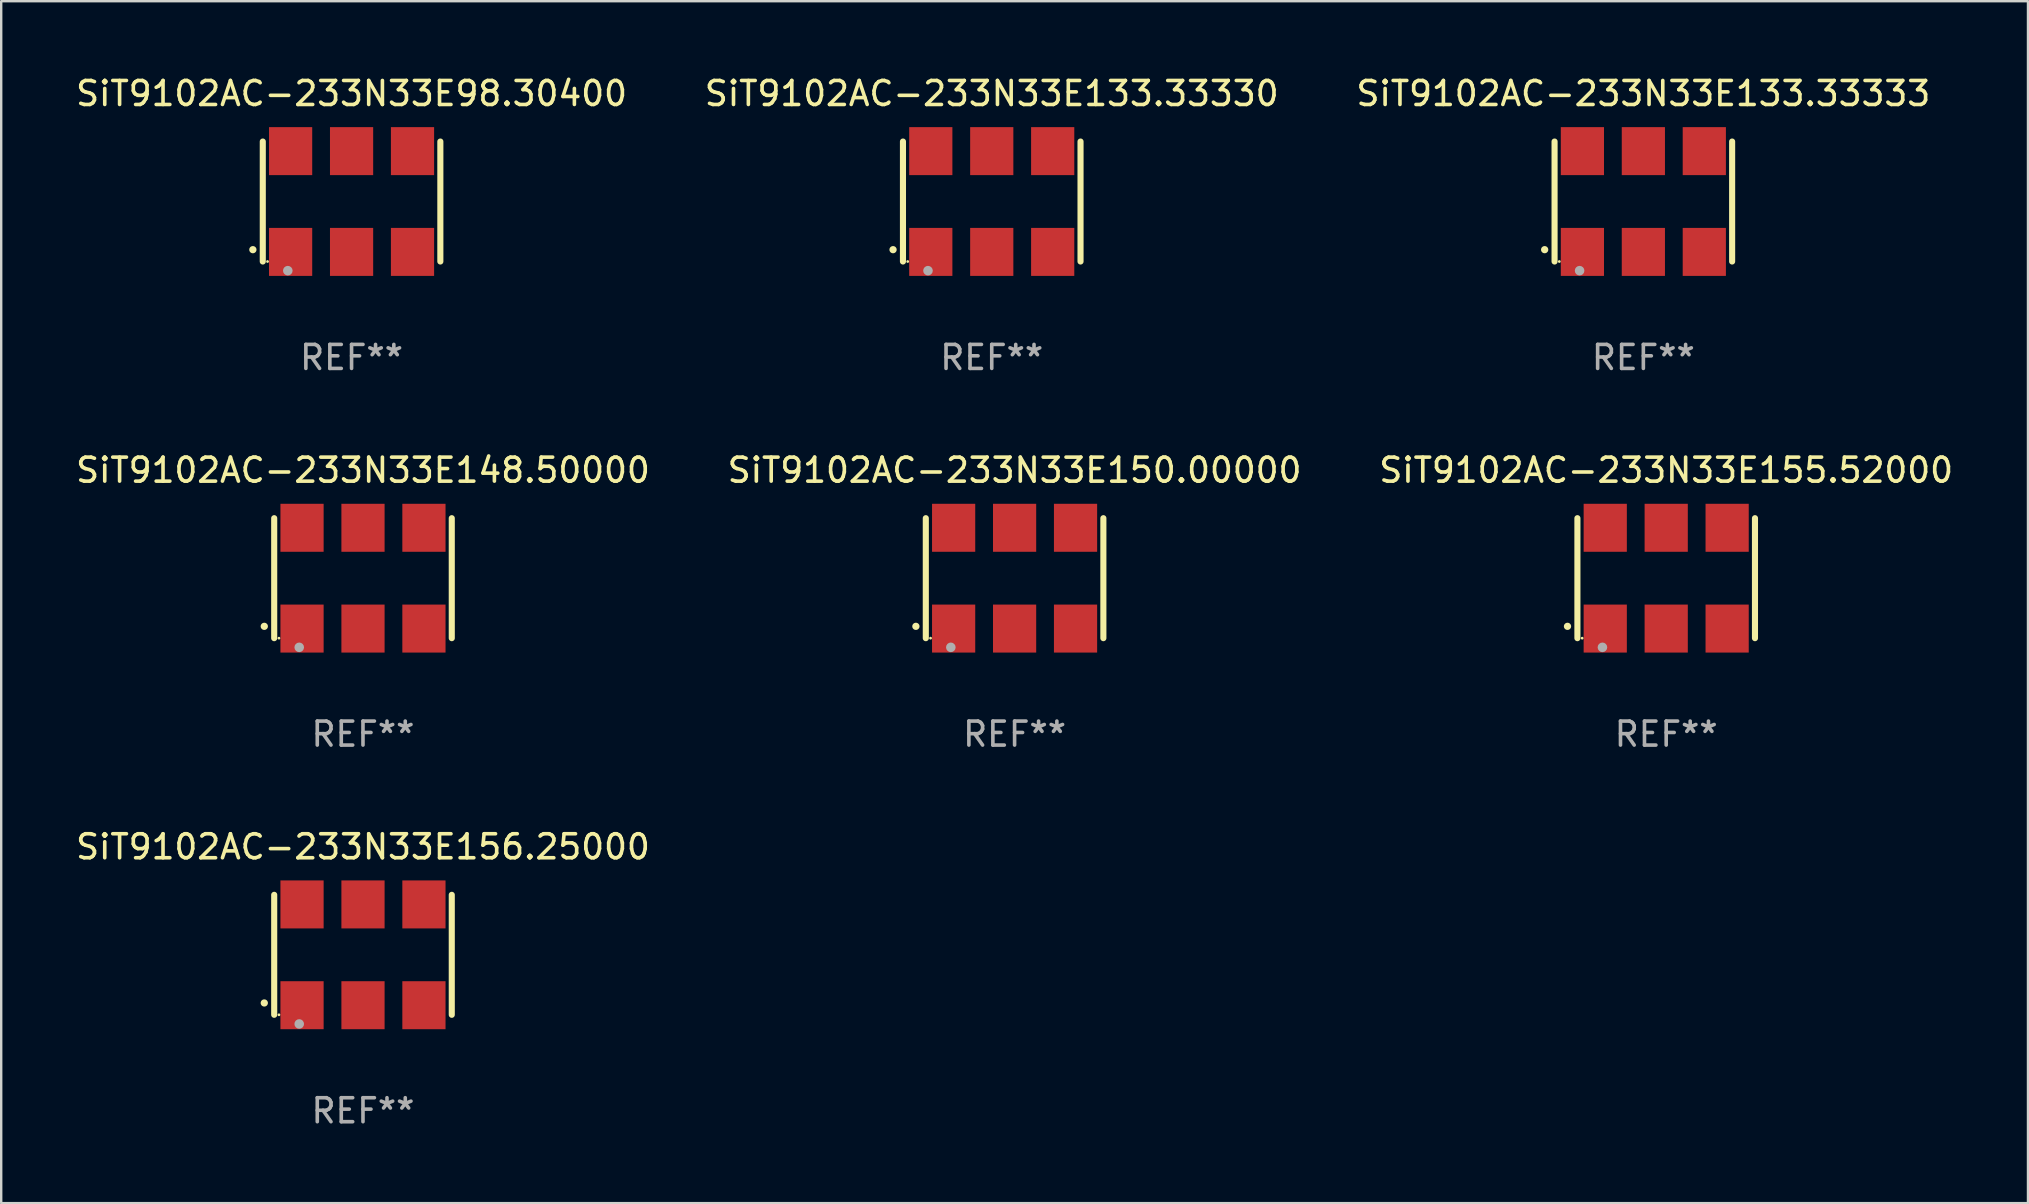
<source format=kicad_pcb>
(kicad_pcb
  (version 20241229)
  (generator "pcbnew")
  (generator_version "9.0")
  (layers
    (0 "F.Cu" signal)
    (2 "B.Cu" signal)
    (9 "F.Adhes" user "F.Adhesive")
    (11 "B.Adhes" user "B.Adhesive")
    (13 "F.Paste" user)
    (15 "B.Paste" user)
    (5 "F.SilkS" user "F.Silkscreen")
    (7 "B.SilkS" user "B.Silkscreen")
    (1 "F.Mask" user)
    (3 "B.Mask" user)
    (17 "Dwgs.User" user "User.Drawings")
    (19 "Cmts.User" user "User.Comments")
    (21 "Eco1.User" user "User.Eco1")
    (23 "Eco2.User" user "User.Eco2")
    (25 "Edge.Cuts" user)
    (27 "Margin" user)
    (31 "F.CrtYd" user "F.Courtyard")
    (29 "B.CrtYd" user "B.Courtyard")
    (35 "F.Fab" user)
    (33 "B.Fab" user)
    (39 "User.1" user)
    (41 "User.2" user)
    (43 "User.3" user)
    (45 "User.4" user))
  (footprint "SiT9102AC-233N33E98.30400"
    (layer "F.Cu")
    (at 11.601 5.348)
    (property "Reference" "SiT9102AC-233N33E98.30400" (at 0 -4.5 0) (layer "F.SilkS") (effects (font (size 1 1) (thickness 0.15))))
    (attr through_hole)
    (fp_line (start -3.7 -2.5) (end -3.7 2.5) (stroke (width 0.254) (type solid)) (layer "F.SilkS"))
    (fp_line (start 3.7 -2.5) (end 3.7 2.5) (stroke (width 0.254) (type solid)) (layer "F.SilkS"))
    (fp_arc (start -4.114415 2.006604) (mid -4.113145 2.006599) (end -4.111875 2.006604) (stroke (width 0.3) (type solid)) (layer "F.SilkS"))
    (fp_circle (center -3.502 2.5) (end -3.472 2.5) (stroke (width 0.06) (type solid)) (fill no) (layer "F.SilkS"))
    (fp_circle (center -2.657 2.882) (end -2.557 2.882) (stroke (width 0.2) (type solid)) (fill no) (layer "F.Fab"))
    (fp_text user "REF**" (at 0 6.5 0) (layer "F.Fab") (effects (font (size 1 1) (thickness 0.15))))
    (pad "1" smd rect (at -2.54 2.1) (size 1.8 2) (layers "F.Cu" "F.Mask" "F.Paste"))
    (pad "2" smd rect (at 0.000394 2.1) (size 1.8 2) (layers "F.Cu" "F.Mask" "F.Paste"))
    (pad "3" smd rect (at 2.54 2.1) (size 1.8 2) (layers "F.Cu" "F.Mask" "F.Paste"))
    (pad "4" smd rect (at 2.54 -2.1) (size 1.8 2) (layers "F.Cu" "F.Mask" "F.Paste"))
    (pad "5" smd rect (at 0.000394 -2.1) (size 1.8 2) (layers "F.Cu" "F.Mask" "F.Paste"))
    (pad "6" smd rect (at -2.54 -2.1) (size 1.8 2) (layers "F.Cu" "F.Mask" "F.Paste")))
  (footprint "SiT9102AC-233N33E133.33333"
    (layer "F.Cu")
    (at 65.435 5.348)
    (property "Reference" "SiT9102AC-233N33E133.33333" (at 0 -4.5 0) (layer "F.SilkS") (effects (font (size 1 1) (thickness 0.15))))
    (attr through_hole)
    (fp_line (start -3.7 -2.5) (end -3.7 2.5) (stroke (width 0.254) (type solid)) (layer "F.SilkS"))
    (fp_line (start 3.7 -2.5) (end 3.7 2.5) (stroke (width 0.254) (type solid)) (layer "F.SilkS"))
    (fp_arc (start -4.114415 2.006604) (mid -4.113145 2.006599) (end -4.111875 2.006604) (stroke (width 0.3) (type solid)) (layer "F.SilkS"))
    (fp_circle (center -3.502 2.5) (end -3.472 2.5) (stroke (width 0.06) (type solid)) (fill no) (layer "F.SilkS"))
    (fp_circle (center -2.657 2.882) (end -2.557 2.882) (stroke (width 0.2) (type solid)) (fill no) (layer "F.Fab"))
    (fp_text user "REF**" (at 0 6.5 0) (layer "F.Fab") (effects (font (size 1 1) (thickness 0.15))))
    (pad "1" smd rect (at -2.54 2.1) (size 1.8 2) (layers "F.Cu" "F.Mask" "F.Paste"))
    (pad "2" smd rect (at 0.000394 2.1) (size 1.8 2) (layers "F.Cu" "F.Mask" "F.Paste"))
    (pad "3" smd rect (at 2.54 2.1) (size 1.8 2) (layers "F.Cu" "F.Mask" "F.Paste"))
    (pad "4" smd rect (at 2.54 -2.1) (size 1.8 2) (layers "F.Cu" "F.Mask" "F.Paste"))
    (pad "5" smd rect (at 0.000394 -2.1) (size 1.8 2) (layers "F.Cu" "F.Mask" "F.Paste"))
    (pad "6" smd rect (at -2.54 -2.1) (size 1.8 2) (layers "F.Cu" "F.Mask" "F.Paste")))
  (footprint "SiT9102AC-233N33E150.00000"
    (layer "F.Cu")
    (at 39.232 21.045)
    (property "Reference" "SiT9102AC-233N33E150.00000" (at 0 -4.5 0) (layer "F.SilkS") (effects (font (size 1 1) (thickness 0.15))))
    (attr through_hole)
    (fp_line (start -3.7 -2.5) (end -3.7 2.5) (stroke (width 0.254) (type solid)) (layer "F.SilkS"))
    (fp_line (start 3.7 -2.5) (end 3.7 2.5) (stroke (width 0.254) (type solid)) (layer "F.SilkS"))
    (fp_arc (start -4.114415 2.006604) (mid -4.113145 2.006599) (end -4.111875 2.006604) (stroke (width 0.3) (type solid)) (layer "F.SilkS"))
    (fp_circle (center -3.502 2.5) (end -3.472 2.5) (stroke (width 0.06) (type solid)) (fill no) (layer "F.SilkS"))
    (fp_circle (center -2.657 2.882) (end -2.557 2.882) (stroke (width 0.2) (type solid)) (fill no) (layer "F.Fab"))
    (fp_text user "REF**" (at 0 6.5 0) (layer "F.Fab") (effects (font (size 1 1) (thickness 0.15))))
    (pad "1" smd rect (at -2.54 2.1) (size 1.8 2) (layers "F.Cu" "F.Mask" "F.Paste"))
    (pad "2" smd rect (at 0.000394 2.1) (size 1.8 2) (layers "F.Cu" "F.Mask" "F.Paste"))
    (pad "3" smd rect (at 2.54 2.1) (size 1.8 2) (layers "F.Cu" "F.Mask" "F.Paste"))
    (pad "4" smd rect (at 2.54 -2.1) (size 1.8 2) (layers "F.Cu" "F.Mask" "F.Paste"))
    (pad "5" smd rect (at 0.000394 -2.1) (size 1.8 2) (layers "F.Cu" "F.Mask" "F.Paste"))
    (pad "6" smd rect (at -2.54 -2.1) (size 1.8 2) (layers "F.Cu" "F.Mask" "F.Paste")))
  (footprint "SiT9102AC-233N33E148.50000"
    (layer "F.Cu")
    (at 12.077 21.045)
    (property "Reference" "SiT9102AC-233N33E148.50000" (at 0 -4.5 0) (layer "F.SilkS") (effects (font (size 1 1) (thickness 0.15))))
    (attr through_hole)
    (fp_line (start -3.7 -2.5) (end -3.7 2.5) (stroke (width 0.254) (type solid)) (layer "F.SilkS"))
    (fp_line (start 3.7 -2.5) (end 3.7 2.5) (stroke (width 0.254) (type solid)) (layer "F.SilkS"))
    (fp_arc (start -4.114415 2.006604) (mid -4.113145 2.006599) (end -4.111875 2.006604) (stroke (width 0.3) (type solid)) (layer "F.SilkS"))
    (fp_circle (center -3.502 2.5) (end -3.472 2.5) (stroke (width 0.06) (type solid)) (fill no) (layer "F.SilkS"))
    (fp_circle (center -2.657 2.882) (end -2.557 2.882) (stroke (width 0.2) (type solid)) (fill no) (layer "F.Fab"))
    (fp_text user "REF**" (at 0 6.5 0) (layer "F.Fab") (effects (font (size 1 1) (thickness 0.15))))
    (pad "1" smd rect (at -2.54 2.1) (size 1.8 2) (layers "F.Cu" "F.Mask" "F.Paste"))
    (pad "2" smd rect (at 0.000394 2.1) (size 1.8 2) (layers "F.Cu" "F.Mask" "F.Paste"))
    (pad "3" smd rect (at 2.54 2.1) (size 1.8 2) (layers "F.Cu" "F.Mask" "F.Paste"))
    (pad "4" smd rect (at 2.54 -2.1) (size 1.8 2) (layers "F.Cu" "F.Mask" "F.Paste"))
    (pad "5" smd rect (at 0.000394 -2.1) (size 1.8 2) (layers "F.Cu" "F.Mask" "F.Paste"))
    (pad "6" smd rect (at -2.54 -2.1) (size 1.8 2) (layers "F.Cu" "F.Mask" "F.Paste")))
  (footprint "SiT9102AC-233N33E133.33330"
    (layer "F.Cu")
    (at 38.28 5.348)
    (property "Reference" "SiT9102AC-233N33E133.33330" (at 0 -4.5 0) (layer "F.SilkS") (effects (font (size 1 1) (thickness 0.15))))
    (attr through_hole)
    (fp_line (start -3.7 -2.5) (end -3.7 2.5) (stroke (width 0.254) (type solid)) (layer "F.SilkS"))
    (fp_line (start 3.7 -2.5) (end 3.7 2.5) (stroke (width 0.254) (type solid)) (layer "F.SilkS"))
    (fp_arc (start -4.114415 2.006604) (mid -4.113145 2.006599) (end -4.111875 2.006604) (stroke (width 0.3) (type solid)) (layer "F.SilkS"))
    (fp_circle (center -3.502 2.5) (end -3.472 2.5) (stroke (width 0.06) (type solid)) (fill no) (layer "F.SilkS"))
    (fp_circle (center -2.657 2.882) (end -2.557 2.882) (stroke (width 0.2) (type solid)) (fill no) (layer "F.Fab"))
    (fp_text user "REF**" (at 0 6.5 0) (layer "F.Fab") (effects (font (size 1 1) (thickness 0.15))))
    (pad "1" smd rect (at -2.54 2.1) (size 1.8 2) (layers "F.Cu" "F.Mask" "F.Paste"))
    (pad "2" smd rect (at 0.000394 2.1) (size 1.8 2) (layers "F.Cu" "F.Mask" "F.Paste"))
    (pad "3" smd rect (at 2.54 2.1) (size 1.8 2) (layers "F.Cu" "F.Mask" "F.Paste"))
    (pad "4" smd rect (at 2.54 -2.1) (size 1.8 2) (layers "F.Cu" "F.Mask" "F.Paste"))
    (pad "5" smd rect (at 0.000394 -2.1) (size 1.8 2) (layers "F.Cu" "F.Mask" "F.Paste"))
    (pad "6" smd rect (at -2.54 -2.1) (size 1.8 2) (layers "F.Cu" "F.Mask" "F.Paste")))
  (footprint "SiT9102AC-233N33E156.25000"
    (layer "F.Cu")
    (at 12.077 36.741)
    (property "Reference" "SiT9102AC-233N33E156.25000" (at 0 -4.5 0) (layer "F.SilkS") (effects (font (size 1 1) (thickness 0.15))))
    (attr through_hole)
    (fp_line (start -3.7 -2.5) (end -3.7 2.5) (stroke (width 0.254) (type solid)) (layer "F.SilkS"))
    (fp_line (start 3.7 -2.5) (end 3.7 2.5) (stroke (width 0.254) (type solid)) (layer "F.SilkS"))
    (fp_arc (start -4.114415 2.006604) (mid -4.113145 2.006599) (end -4.111875 2.006604) (stroke (width 0.3) (type solid)) (layer "F.SilkS"))
    (fp_circle (center -3.502 2.5) (end -3.472 2.5) (stroke (width 0.06) (type solid)) (fill no) (layer "F.SilkS"))
    (fp_circle (center -2.657 2.882) (end -2.557 2.882) (stroke (width 0.2) (type solid)) (fill no) (layer "F.Fab"))
    (fp_text user "REF**" (at 0 6.5 0) (layer "F.Fab") (effects (font (size 1 1) (thickness 0.15))))
    (pad "1" smd rect (at -2.54 2.1) (size 1.8 2) (layers "F.Cu" "F.Mask" "F.Paste"))
    (pad "2" smd rect (at 0.000394 2.1) (size 1.8 2) (layers "F.Cu" "F.Mask" "F.Paste"))
    (pad "3" smd rect (at 2.54 2.1) (size 1.8 2) (layers "F.Cu" "F.Mask" "F.Paste"))
    (pad "4" smd rect (at 2.54 -2.1) (size 1.8 2) (layers "F.Cu" "F.Mask" "F.Paste"))
    (pad "5" smd rect (at 0.000394 -2.1) (size 1.8 2) (layers "F.Cu" "F.Mask" "F.Paste"))
    (pad "6" smd rect (at -2.54 -2.1) (size 1.8 2) (layers "F.Cu" "F.Mask" "F.Paste")))
  (footprint "SiT9102AC-233N33E155.52000"
    (layer "F.Cu")
    (at 66.387 21.045)
    (property "Reference" "SiT9102AC-233N33E155.52000" (at 0 -4.5 0) (layer "F.SilkS") (effects (font (size 1 1) (thickness 0.15))))
    (attr through_hole)
    (fp_line (start -3.7 -2.5) (end -3.7 2.5) (stroke (width 0.254) (type solid)) (layer "F.SilkS"))
    (fp_line (start 3.7 -2.5) (end 3.7 2.5) (stroke (width 0.254) (type solid)) (layer "F.SilkS"))
    (fp_arc (start -4.114415 2.006604) (mid -4.113145 2.006599) (end -4.111875 2.006604) (stroke (width 0.3) (type solid)) (layer "F.SilkS"))
    (fp_circle (center -3.502 2.5) (end -3.472 2.5) (stroke (width 0.06) (type solid)) (fill no) (layer "F.SilkS"))
    (fp_circle (center -2.657 2.882) (end -2.557 2.882) (stroke (width 0.2) (type solid)) (fill no) (layer "F.Fab"))
    (fp_text user "REF**" (at 0 6.5 0) (layer "F.Fab") (effects (font (size 1 1) (thickness 0.15))))
    (pad "1" smd rect (at -2.54 2.1) (size 1.8 2) (layers "F.Cu" "F.Mask" "F.Paste"))
    (pad "2" smd rect (at 0.000394 2.1) (size 1.8 2) (layers "F.Cu" "F.Mask" "F.Paste"))
    (pad "3" smd rect (at 2.54 2.1) (size 1.8 2) (layers "F.Cu" "F.Mask" "F.Paste"))
    (pad "4" smd rect (at 2.54 -2.1) (size 1.8 2) (layers "F.Cu" "F.Mask" "F.Paste"))
    (pad "5" smd rect (at 0.000394 -2.1) (size 1.8 2) (layers "F.Cu" "F.Mask" "F.Paste"))
    (pad "6" smd rect (at -2.54 -2.1) (size 1.8 2) (layers "F.Cu" "F.Mask" "F.Paste")))
  (gr_rect
    (start -3 -3)
    (end 81.464 47.09)
    (stroke (width 0.1) (type default))
    (fill no)
    (layer "Edge.Cuts")))
</source>
